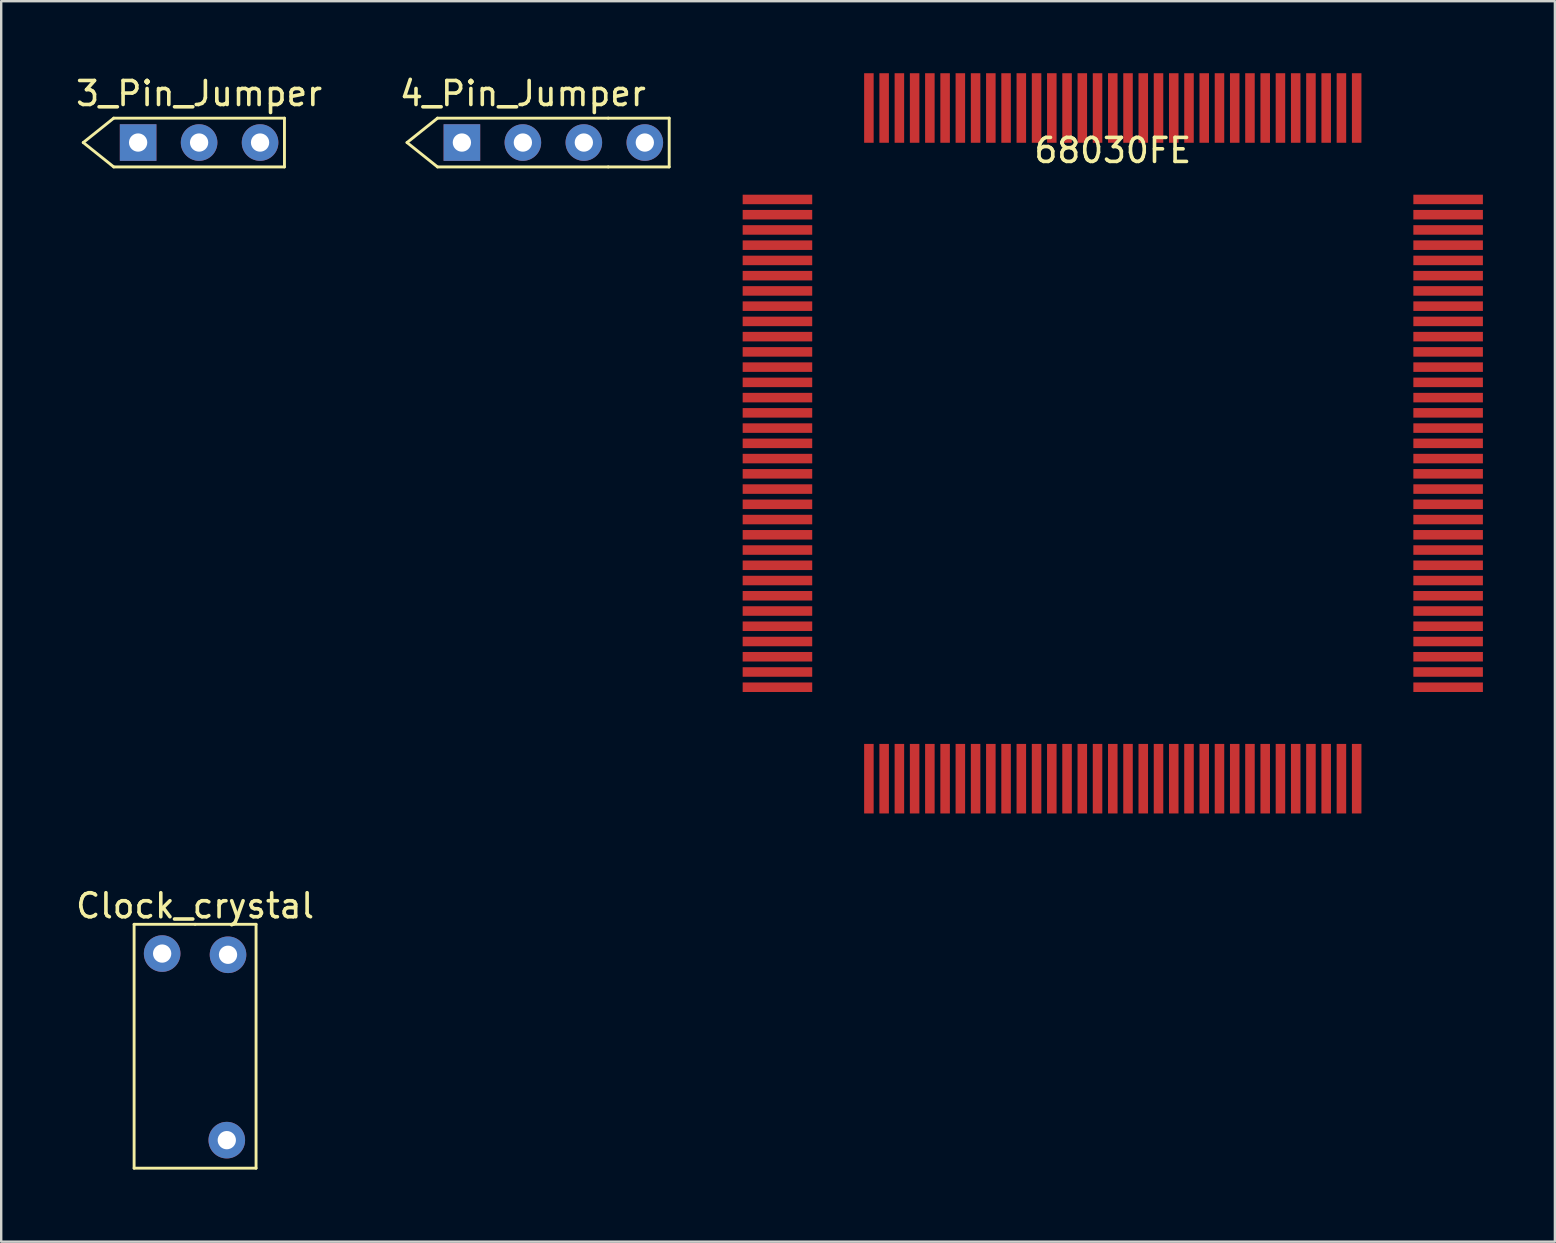
<source format=kicad_pcb>
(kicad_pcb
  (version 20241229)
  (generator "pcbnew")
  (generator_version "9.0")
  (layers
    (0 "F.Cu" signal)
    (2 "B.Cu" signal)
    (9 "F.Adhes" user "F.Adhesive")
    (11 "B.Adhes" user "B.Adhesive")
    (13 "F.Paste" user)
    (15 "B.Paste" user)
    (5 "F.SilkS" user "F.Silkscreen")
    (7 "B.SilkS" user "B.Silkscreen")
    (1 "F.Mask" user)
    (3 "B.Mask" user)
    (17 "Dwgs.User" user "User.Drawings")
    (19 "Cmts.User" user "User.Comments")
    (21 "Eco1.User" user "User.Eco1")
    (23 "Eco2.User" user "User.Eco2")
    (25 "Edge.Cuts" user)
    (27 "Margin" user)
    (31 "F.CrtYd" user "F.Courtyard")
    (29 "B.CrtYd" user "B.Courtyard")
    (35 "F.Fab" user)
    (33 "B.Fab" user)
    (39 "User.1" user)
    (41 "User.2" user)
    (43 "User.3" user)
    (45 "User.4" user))
  (footprint "3_Pin_Jumper"
    (layer "F.Cu")
    (at 5.244 0.348)
    (property "Reference" "3_Pin_Jumper" (at 0 0.5 0) (layer "F.SilkS") (effects (font (size 1 1) (thickness 0.15))))
    (attr through_hole)
    (fp_line (start -4.826 2.54) (end -3.556 1.524) (stroke (width 0.12) (type solid)) (layer "F.SilkS"))
    (fp_line (start -3.556 1.524) (end 3.556 1.524) (stroke (width 0.12) (type solid)) (layer "F.SilkS"))
    (fp_line (start -3.556 3.556) (end -4.826 2.54) (stroke (width 0.12) (type solid)) (layer "F.SilkS"))
    (fp_line (start 3.556 1.524) (end 3.556 3.556) (stroke (width 0.12) (type solid)) (layer "F.SilkS"))
    (fp_line (start 3.556 3.556) (end -3.556 3.556) (stroke (width 0.12) (type solid)) (layer "F.SilkS"))
    (pad "1" thru_hole rect (at -2.54 2.54) (size 1.524 1.524) (drill 0.762) (layers "*.Cu" "*.Mask"))
    (pad "2" thru_hole circle (at 0 2.54) (size 1.524 1.524) (drill 0.762) (layers "*.Cu" "*.Mask"))
    (pad "3" thru_hole circle (at 2.54 2.54) (size 1.524 1.524) (drill 0.762) (layers "*.Cu" "*.Mask")))
  (footprint "4_Pin_Jumper"
    (layer "F.Cu")
    (at 18.732 0.348)
    (property "Reference" "4_Pin_Jumper" (at 0 0.5 0) (layer "F.SilkS") (effects (font (size 1 1) (thickness 0.15))))
    (attr through_hole)
    (fp_line (start -4.826 2.54) (end -3.556 1.524) (stroke (width 0.12) (type solid)) (layer "F.SilkS"))
    (fp_line (start -3.556 1.524) (end 3.556 1.524) (stroke (width 0.12) (type solid)) (layer "F.SilkS"))
    (fp_line (start -3.556 3.556) (end -4.826 2.54) (stroke (width 0.12) (type solid)) (layer "F.SilkS"))
    (fp_line (start 3.556 1.524) (end 6.096 1.524) (stroke (width 0.12) (type solid)) (layer "F.SilkS"))
    (fp_line (start 3.556 3.556) (end -3.556 3.556) (stroke (width 0.12) (type solid)) (layer "F.SilkS"))
    (fp_line (start 6.096 1.524) (end 6.096 3.556) (stroke (width 0.12) (type solid)) (layer "F.SilkS"))
    (fp_line (start 6.096 3.556) (end 3.556 3.556) (stroke (width 0.12) (type solid)) (layer "F.SilkS"))
    (pad "1" thru_hole rect (at -2.54 2.54) (size 1.524 1.524) (drill 0.762) (layers "*.Cu" "*.Mask"))
    (pad "2" thru_hole circle (at 0 2.54) (size 1.524 1.524) (drill 0.762) (layers "*.Cu" "*.Mask"))
    (pad "3" thru_hole circle (at 2.54 2.54) (size 1.524 1.524) (drill 0.762) (layers "*.Cu" "*.Mask"))
    (pad "4" thru_hole circle (at 5.08 2.54) (size 1.524 1.524) (drill 0.762) (layers "*.Cu" "*.Mask")))
  (footprint "68030FE"
    (layer "F.Cu")
    (at 43.307 2.719)
    (property "Reference" "68030FE" (at 0 0.5 0) (layer "F.SilkS") (effects (font (size 1 1) (thickness 0.15))))
    (attr through_hole)
    (pad "1" smd rect (at 0 -1.27 90) (size 2.897 0.397) (layers "F.Cu" "F.Mask" "F.Paste"))
    (pad "2" smd rect (at -0.635 -1.27 90) (size 2.897 0.397) (layers "F.Cu" "F.Mask" "F.Paste"))
    (pad "3" smd rect (at -1.27 -1.27 90) (size 2.897 0.397) (layers "F.Cu" "F.Mask" "F.Paste"))
    (pad "4" smd rect (at -1.905 -1.27 90) (size 2.897 0.397) (layers "F.Cu" "F.Mask" "F.Paste"))
    (pad "5" smd rect (at -2.54 -1.27 90) (size 2.897 0.397) (layers "F.Cu" "F.Mask" "F.Paste"))
    (pad "6" smd rect (at -3.175 -1.27 90) (size 2.897 0.397) (layers "F.Cu" "F.Mask" "F.Paste"))
    (pad "7" smd rect (at -3.81 -1.27 90) (size 2.897 0.397) (layers "F.Cu" "F.Mask" "F.Paste"))
    (pad "8" smd rect (at -4.445 -1.27 90) (size 2.897 0.397) (layers "F.Cu" "F.Mask" "F.Paste"))
    (pad "9" smd rect (at -5.08 -1.27 90) (size 2.897 0.397) (layers "F.Cu" "F.Mask" "F.Paste"))
    (pad "10" smd rect (at -5.715 -1.27 90) (size 2.897 0.397) (layers "F.Cu" "F.Mask" "F.Paste"))
    (pad "11" smd rect (at -6.35 -1.27 90) (size 2.897 0.397) (layers "F.Cu" "F.Mask" "F.Paste"))
    (pad "12" smd rect (at -6.985 -1.27 90) (size 2.897 0.397) (layers "F.Cu" "F.Mask" "F.Paste"))
    (pad "13" smd rect (at -7.62 -1.27 90) (size 2.897 0.397) (layers "F.Cu" "F.Mask" "F.Paste"))
    (pad "14" smd rect (at -8.255 -1.27 90) (size 2.897 0.397) (layers "F.Cu" "F.Mask" "F.Paste"))
    (pad "15" smd rect (at -8.89 -1.27 90) (size 2.897 0.397) (layers "F.Cu" "F.Mask" "F.Paste"))
    (pad "16" smd rect (at -9.525 -1.27 90) (size 2.897 0.397) (layers "F.Cu" "F.Mask" "F.Paste"))
    (pad "17" smd rect (at -10.16 -1.27 90) (size 2.897 0.397) (layers "F.Cu" "F.Mask" "F.Paste"))
    (pad "18" smd rect (at -13.97 2.54 180) (size 2.897 0.397) (layers "F.Cu" "F.Mask" "F.Paste"))
    (pad "19" smd rect (at -13.97 3.175 180) (size 2.897 0.397) (layers "F.Cu" "F.Mask" "F.Paste"))
    (pad "20" smd rect (at -13.97 3.81 180) (size 2.897 0.397) (layers "F.Cu" "F.Mask" "F.Paste"))
    (pad "21" smd rect (at -13.97 4.445 180) (size 2.897 0.397) (layers "F.Cu" "F.Mask" "F.Paste"))
    (pad "22" smd rect (at -13.97 5.08 180) (size 2.897 0.397) (layers "F.Cu" "F.Mask" "F.Paste"))
    (pad "23" smd rect (at -13.97 5.715 180) (size 2.897 0.397) (layers "F.Cu" "F.Mask" "F.Paste"))
    (pad "24" smd rect (at -13.97 6.35 180) (size 2.897 0.397) (layers "F.Cu" "F.Mask" "F.Paste"))
    (pad "25" smd rect (at -13.97 6.985 180) (size 2.897 0.397) (layers "F.Cu" "F.Mask" "F.Paste"))
    (pad "26" smd rect (at -13.97 7.62 180) (size 2.897 0.397) (layers "F.Cu" "F.Mask" "F.Paste"))
    (pad "27" smd rect (at -13.97 8.255 180) (size 2.897 0.397) (layers "F.Cu" "F.Mask" "F.Paste"))
    (pad "28" smd rect (at -13.97 8.89 180) (size 2.897 0.397) (layers "F.Cu" "F.Mask" "F.Paste"))
    (pad "29" smd rect (at -13.97 9.525 180) (size 2.897 0.397) (layers "F.Cu" "F.Mask" "F.Paste"))
    (pad "30" smd rect (at -13.97 10.16 180) (size 2.897 0.397) (layers "F.Cu" "F.Mask" "F.Paste"))
    (pad "31" smd rect (at -13.97 10.795 180) (size 2.897 0.397) (layers "F.Cu" "F.Mask" "F.Paste"))
    (pad "32" smd rect (at -13.97 11.43 180) (size 2.897 0.397) (layers "F.Cu" "F.Mask" "F.Paste"))
    (pad "33" smd rect (at -13.97 12.065 180) (size 2.897 0.397) (layers "F.Cu" "F.Mask" "F.Paste"))
    (pad "34" smd rect (at -13.97 12.7 180) (size 2.897 0.397) (layers "F.Cu" "F.Mask" "F.Paste"))
    (pad "35" smd rect (at -13.97 13.335 180) (size 2.897 0.397) (layers "F.Cu" "F.Mask" "F.Paste"))
    (pad "36" smd rect (at -13.97 13.97 180) (size 2.897 0.397) (layers "F.Cu" "F.Mask" "F.Paste"))
    (pad "37" smd rect (at -13.97 14.605 180) (size 2.897 0.397) (layers "F.Cu" "F.Mask" "F.Paste"))
    (pad "38" smd rect (at -13.97 15.24 180) (size 2.897 0.397) (layers "F.Cu" "F.Mask" "F.Paste"))
    (pad "39" smd rect (at -13.97 15.875 180) (size 2.897 0.397) (layers "F.Cu" "F.Mask" "F.Paste"))
    (pad "40" smd rect (at -13.97 16.51 180) (size 2.897 0.397) (layers "F.Cu" "F.Mask" "F.Paste"))
    (pad "41" smd rect (at -13.97 17.145 180) (size 2.897 0.397) (layers "F.Cu" "F.Mask" "F.Paste"))
    (pad "42" smd rect (at -13.97 17.78 180) (size 2.897 0.397) (layers "F.Cu" "F.Mask" "F.Paste"))
    (pad "43" smd rect (at -13.97 18.415 180) (size 2.897 0.397) (layers "F.Cu" "F.Mask" "F.Paste"))
    (pad "44" smd rect (at -13.97 19.05 180) (size 2.897 0.397) (layers "F.Cu" "F.Mask" "F.Paste"))
    (pad "45" smd rect (at -13.97 19.685 180) (size 2.897 0.397) (layers "F.Cu" "F.Mask" "F.Paste"))
    (pad "46" smd rect (at -13.97 20.32 180) (size 2.897 0.397) (layers "F.Cu" "F.Mask" "F.Paste"))
    (pad "47" smd rect (at -13.97 20.955 180) (size 2.897 0.397) (layers "F.Cu" "F.Mask" "F.Paste"))
    (pad "48" smd rect (at -13.97 21.59 180) (size 2.897 0.397) (layers "F.Cu" "F.Mask" "F.Paste"))
    (pad "49" smd rect (at -13.97 22.225 180) (size 2.897 0.397) (layers "F.Cu" "F.Mask" "F.Paste"))
    (pad "50" smd rect (at -13.97 22.86 180) (size 2.897 0.397) (layers "F.Cu" "F.Mask" "F.Paste"))
    (pad "51" smd rect (at -10.16 26.67 270) (size 2.897 0.397) (layers "F.Cu" "F.Mask" "F.Paste"))
    (pad "52" smd rect (at -9.525 26.67 270) (size 2.897 0.397) (layers "F.Cu" "F.Mask" "F.Paste"))
    (pad "53" smd rect (at -8.89 26.67 270) (size 2.897 0.397) (layers "F.Cu" "F.Mask" "F.Paste"))
    (pad "54" smd rect (at -8.255 26.67 270) (size 2.897 0.397) (layers "F.Cu" "F.Mask" "F.Paste"))
    (pad "55" smd rect (at -7.62 26.67 270) (size 2.897 0.397) (layers "F.Cu" "F.Mask" "F.Paste"))
    (pad "56" smd rect (at -6.985 26.67 270) (size 2.897 0.397) (layers "F.Cu" "F.Mask" "F.Paste"))
    (pad "57" smd rect (at -6.35 26.67 270) (size 2.897 0.397) (layers "F.Cu" "F.Mask" "F.Paste"))
    (pad "58" smd rect (at -5.715 26.67 270) (size 2.897 0.397) (layers "F.Cu" "F.Mask" "F.Paste"))
    (pad "59" smd rect (at -5.08 26.67 270) (size 2.897 0.397) (layers "F.Cu" "F.Mask" "F.Paste"))
    (pad "60" smd rect (at -4.445 26.67 270) (size 2.897 0.397) (layers "F.Cu" "F.Mask" "F.Paste"))
    (pad "61" smd rect (at -3.81 26.67 270) (size 2.897 0.397) (layers "F.Cu" "F.Mask" "F.Paste"))
    (pad "62" smd rect (at -3.175 26.67 270) (size 2.897 0.397) (layers "F.Cu" "F.Mask" "F.Paste"))
    (pad "63" smd rect (at -2.54 26.67 270) (size 2.897 0.397) (layers "F.Cu" "F.Mask" "F.Paste"))
    (pad "64" smd rect (at -1.905 26.67 270) (size 2.897 0.397) (layers "F.Cu" "F.Mask" "F.Paste"))
    (pad "65" smd rect (at -1.27 26.67 270) (size 2.897 0.397) (layers "F.Cu" "F.Mask" "F.Paste"))
    (pad "66" smd rect (at -0.635 26.67 270) (size 2.897 0.397) (layers "F.Cu" "F.Mask" "F.Paste"))
    (pad "67" smd rect (at 0 26.67 270) (size 2.897 0.397) (layers "F.Cu" "F.Mask" "F.Paste"))
    (pad "68" smd rect (at 0.635 26.67 270) (size 2.897 0.397) (layers "F.Cu" "F.Mask" "F.Paste"))
    (pad "69" smd rect (at 1.27 26.67 270) (size 2.897 0.397) (layers "F.Cu" "F.Mask" "F.Paste"))
    (pad "70" smd rect (at 1.905 26.67 270) (size 2.897 0.397) (layers "F.Cu" "F.Mask" "F.Paste"))
    (pad "71" smd rect (at 2.54 26.67 270) (size 2.897 0.397) (layers "F.Cu" "F.Mask" "F.Paste"))
    (pad "72" smd rect (at 3.175 26.67 270) (size 2.897 0.397) (layers "F.Cu" "F.Mask" "F.Paste"))
    (pad "73" smd rect (at 3.81 26.67 270) (size 2.897 0.397) (layers "F.Cu" "F.Mask" "F.Paste"))
    (pad "74" smd rect (at 4.445 26.67 270) (size 2.897 0.397) (layers "F.Cu" "F.Mask" "F.Paste"))
    (pad "75" smd rect (at 5.08 26.67 270) (size 2.897 0.397) (layers "F.Cu" "F.Mask" "F.Paste"))
    (pad "76" smd rect (at 5.715 26.67 270) (size 2.897 0.397) (layers "F.Cu" "F.Mask" "F.Paste"))
    (pad "77" smd rect (at 6.35 26.67 270) (size 2.897 0.397) (layers "F.Cu" "F.Mask" "F.Paste"))
    (pad "78" smd rect (at 6.985 26.67 270) (size 2.897 0.397) (layers "F.Cu" "F.Mask" "F.Paste"))
    (pad "79" smd rect (at 7.62 26.67 270) (size 2.897 0.397) (layers "F.Cu" "F.Mask" "F.Paste"))
    (pad "80" smd rect (at 8.255 26.67 270) (size 2.897 0.397) (layers "F.Cu" "F.Mask" "F.Paste"))
    (pad "81" smd rect (at 8.89 26.67 270) (size 2.897 0.397) (layers "F.Cu" "F.Mask" "F.Paste"))
    (pad "82" smd rect (at 9.525 26.67 270) (size 2.897 0.397) (layers "F.Cu" "F.Mask" "F.Paste"))
    (pad "83" smd rect (at 10.16 26.67 270) (size 2.897 0.397) (layers "F.Cu" "F.Mask" "F.Paste"))
    (pad "84" smd rect (at 13.97 22.86 180) (size 2.897 0.397) (layers "F.Cu" "F.Mask" "F.Paste"))
    (pad "85" smd rect (at 13.97 22.225 180) (size 2.897 0.397) (layers "F.Cu" "F.Mask" "F.Paste"))
    (pad "86" smd rect (at 13.97 21.59 180) (size 2.897 0.397) (layers "F.Cu" "F.Mask" "F.Paste"))
    (pad "87" smd rect (at 13.97 20.955 180) (size 2.897 0.397) (layers "F.Cu" "F.Mask" "F.Paste"))
    (pad "88" smd rect (at 13.97 20.32 180) (size 2.897 0.397) (layers "F.Cu" "F.Mask" "F.Paste"))
    (pad "89" smd rect (at 13.97 19.685 180) (size 2.897 0.397) (layers "F.Cu" "F.Mask" "F.Paste"))
    (pad "90" smd rect (at 13.97 19.05 180) (size 2.897 0.397) (layers "F.Cu" "F.Mask" "F.Paste"))
    (pad "91" smd rect (at 13.97 18.415 180) (size 2.897 0.397) (layers "F.Cu" "F.Mask" "F.Paste"))
    (pad "92" smd rect (at 13.97 17.78 180) (size 2.897 0.397) (layers "F.Cu" "F.Mask" "F.Paste"))
    (pad "93" smd rect (at 13.97 17.145 180) (size 2.897 0.397) (layers "F.Cu" "F.Mask" "F.Paste"))
    (pad "94" smd rect (at 13.97 16.51 180) (size 2.897 0.397) (layers "F.Cu" "F.Mask" "F.Paste"))
    (pad "95" smd rect (at 13.97 15.875 180) (size 2.897 0.397) (layers "F.Cu" "F.Mask" "F.Paste"))
    (pad "96" smd rect (at 13.97 15.24 180) (size 2.897 0.397) (layers "F.Cu" "F.Mask" "F.Paste"))
    (pad "97" smd rect (at 13.97 14.605 180) (size 2.897 0.397) (layers "F.Cu" "F.Mask" "F.Paste"))
    (pad "98" smd rect (at 13.97 13.97 180) (size 2.897 0.397) (layers "F.Cu" "F.Mask" "F.Paste"))
    (pad "99" smd rect (at 13.97 13.335 180) (size 2.897 0.397) (layers "F.Cu" "F.Mask" "F.Paste"))
    (pad "100" smd rect (at 13.97 12.7 180) (size 2.897 0.397) (layers "F.Cu" "F.Mask" "F.Paste"))
    (pad "101" smd rect (at 13.97 12.065 180) (size 2.897 0.397) (layers "F.Cu" "F.Mask" "F.Paste"))
    (pad "102" smd rect (at 13.97 11.43 180) (size 2.897 0.397) (layers "F.Cu" "F.Mask" "F.Paste"))
    (pad "103" smd rect (at 13.97 10.795 180) (size 2.897 0.397) (layers "F.Cu" "F.Mask" "F.Paste"))
    (pad "104" smd rect (at 13.97 10.16 180) (size 2.897 0.397) (layers "F.Cu" "F.Mask" "F.Paste"))
    (pad "105" smd rect (at 13.97 9.525 180) (size 2.897 0.397) (layers "F.Cu" "F.Mask" "F.Paste"))
    (pad "106" smd rect (at 13.97 8.89 180) (size 2.897 0.397) (layers "F.Cu" "F.Mask" "F.Paste"))
    (pad "107" smd rect (at 13.97 8.255 180) (size 2.897 0.397) (layers "F.Cu" "F.Mask" "F.Paste"))
    (pad "108" smd rect (at 13.97 7.62 180) (size 2.897 0.397) (layers "F.Cu" "F.Mask" "F.Paste"))
    (pad "109" smd rect (at 13.97 6.985 180) (size 2.897 0.397) (layers "F.Cu" "F.Mask" "F.Paste"))
    (pad "110" smd rect (at 13.97 6.35 180) (size 2.897 0.397) (layers "F.Cu" "F.Mask" "F.Paste"))
    (pad "111" smd rect (at 13.97 5.715 180) (size 2.897 0.397) (layers "F.Cu" "F.Mask" "F.Paste"))
    (pad "112" smd rect (at 13.97 5.08 180) (size 2.897 0.397) (layers "F.Cu" "F.Mask" "F.Paste"))
    (pad "113" smd rect (at 13.97 4.445 180) (size 2.897 0.397) (layers "F.Cu" "F.Mask" "F.Paste"))
    (pad "114" smd rect (at 13.97 3.81 180) (size 2.897 0.397) (layers "F.Cu" "F.Mask" "F.Paste"))
    (pad "115" smd rect (at 13.97 3.175 180) (size 2.897 0.397) (layers "F.Cu" "F.Mask" "F.Paste"))
    (pad "116" smd rect (at 13.97 2.54 180) (size 2.897 0.397) (layers "F.Cu" "F.Mask" "F.Paste"))
    (pad "117" smd rect (at 10.16 -1.27 270) (size 2.897 0.397) (layers "F.Cu" "F.Mask" "F.Paste"))
    (pad "118" smd rect (at 9.525 -1.27 270) (size 2.897 0.397) (layers "F.Cu" "F.Mask" "F.Paste"))
    (pad "119" smd rect (at 8.89 -1.27 270) (size 2.897 0.397) (layers "F.Cu" "F.Mask" "F.Paste"))
    (pad "120" smd rect (at 8.255 -1.27 270) (size 2.897 0.397) (layers "F.Cu" "F.Mask" "F.Paste"))
    (pad "121" smd rect (at 7.62 -1.27 270) (size 2.897 0.397) (layers "F.Cu" "F.Mask" "F.Paste"))
    (pad "122" smd rect (at 6.985 -1.27 270) (size 2.897 0.397) (layers "F.Cu" "F.Mask" "F.Paste"))
    (pad "123" smd rect (at 6.35 -1.27 270) (size 2.897 0.397) (layers "F.Cu" "F.Mask" "F.Paste"))
    (pad "124" smd rect (at 5.715 -1.27 270) (size 2.897 0.397) (layers "F.Cu" "F.Mask" "F.Paste"))
    (pad "125" smd rect (at 5.08 -1.27 270) (size 2.897 0.397) (layers "F.Cu" "F.Mask" "F.Paste"))
    (pad "126" smd rect (at 4.445 -1.27 270) (size 2.897 0.397) (layers "F.Cu" "F.Mask" "F.Paste"))
    (pad "127" smd rect (at 3.81 -1.27 270) (size 2.897 0.397) (layers "F.Cu" "F.Mask" "F.Paste"))
    (pad "128" smd rect (at 3.175 -1.27 270) (size 2.897 0.397) (layers "F.Cu" "F.Mask" "F.Paste"))
    (pad "129" smd rect (at 2.54 -1.27 270) (size 2.897 0.397) (layers "F.Cu" "F.Mask" "F.Paste"))
    (pad "130" smd rect (at 1.905 -1.27 270) (size 2.897 0.397) (layers "F.Cu" "F.Mask" "F.Paste"))
    (pad "131" smd rect (at 1.27 -1.27 270) (size 2.897 0.397) (layers "F.Cu" "F.Mask" "F.Paste"))
    (pad "132" smd rect (at 0.635 -1.27 270) (size 2.897 0.397) (layers "F.Cu" "F.Mask" "F.Paste")))
  (footprint "Clock_crystal"
    (layer "F.Cu")
    (at 5.077 36.725)
    (property "Reference" "Clock_crystal" (at 0 -2.04 0) (layer "F.SilkS") (effects (font (size 1 1) (thickness 0.15))))
    (attr through_hole)
    (fp_line (start -2.54 -1.27) (end -2.54 8.89) (stroke (width 0.12) (type solid)) (layer "F.SilkS"))
    (fp_line (start -2.54 8.89) (end 2.54 8.89) (stroke (width 0.12) (type solid)) (layer "F.SilkS"))
    (fp_line (start 0 -1.27) (end -2.54 -1.27) (stroke (width 0.12) (type solid)) (layer "F.SilkS"))
    (fp_line (start 2.54 -1.27) (end 0 -1.27) (stroke (width 0.12) (type solid)) (layer "F.SilkS"))
    (fp_line (start 2.54 8.89) (end 2.54 -1.27) (stroke (width 0.12) (type solid)) (layer "F.SilkS"))
    (pad "" np_thru_hole circle (at 1.321 7.722) (size 1.524 1.524) (drill 0.762) (layers "*.Cu" "*.Mask"))
    (pad "1" thru_hole circle (at -1.372 -0.051) (size 1.524 1.524) (drill 0.762) (layers "*.Cu" "*.Mask"))
    (pad "2" thru_hole circle (at 1.372 0) (size 1.524 1.524) (drill 0.762) (layers "*.Cu" "*.Mask")))
  (gr_rect
    (start -3 -3)
    (end 61.725 48.675)
    (stroke (width 0.1) (type default))
    (fill no)
    (layer "Edge.Cuts")))
</source>
